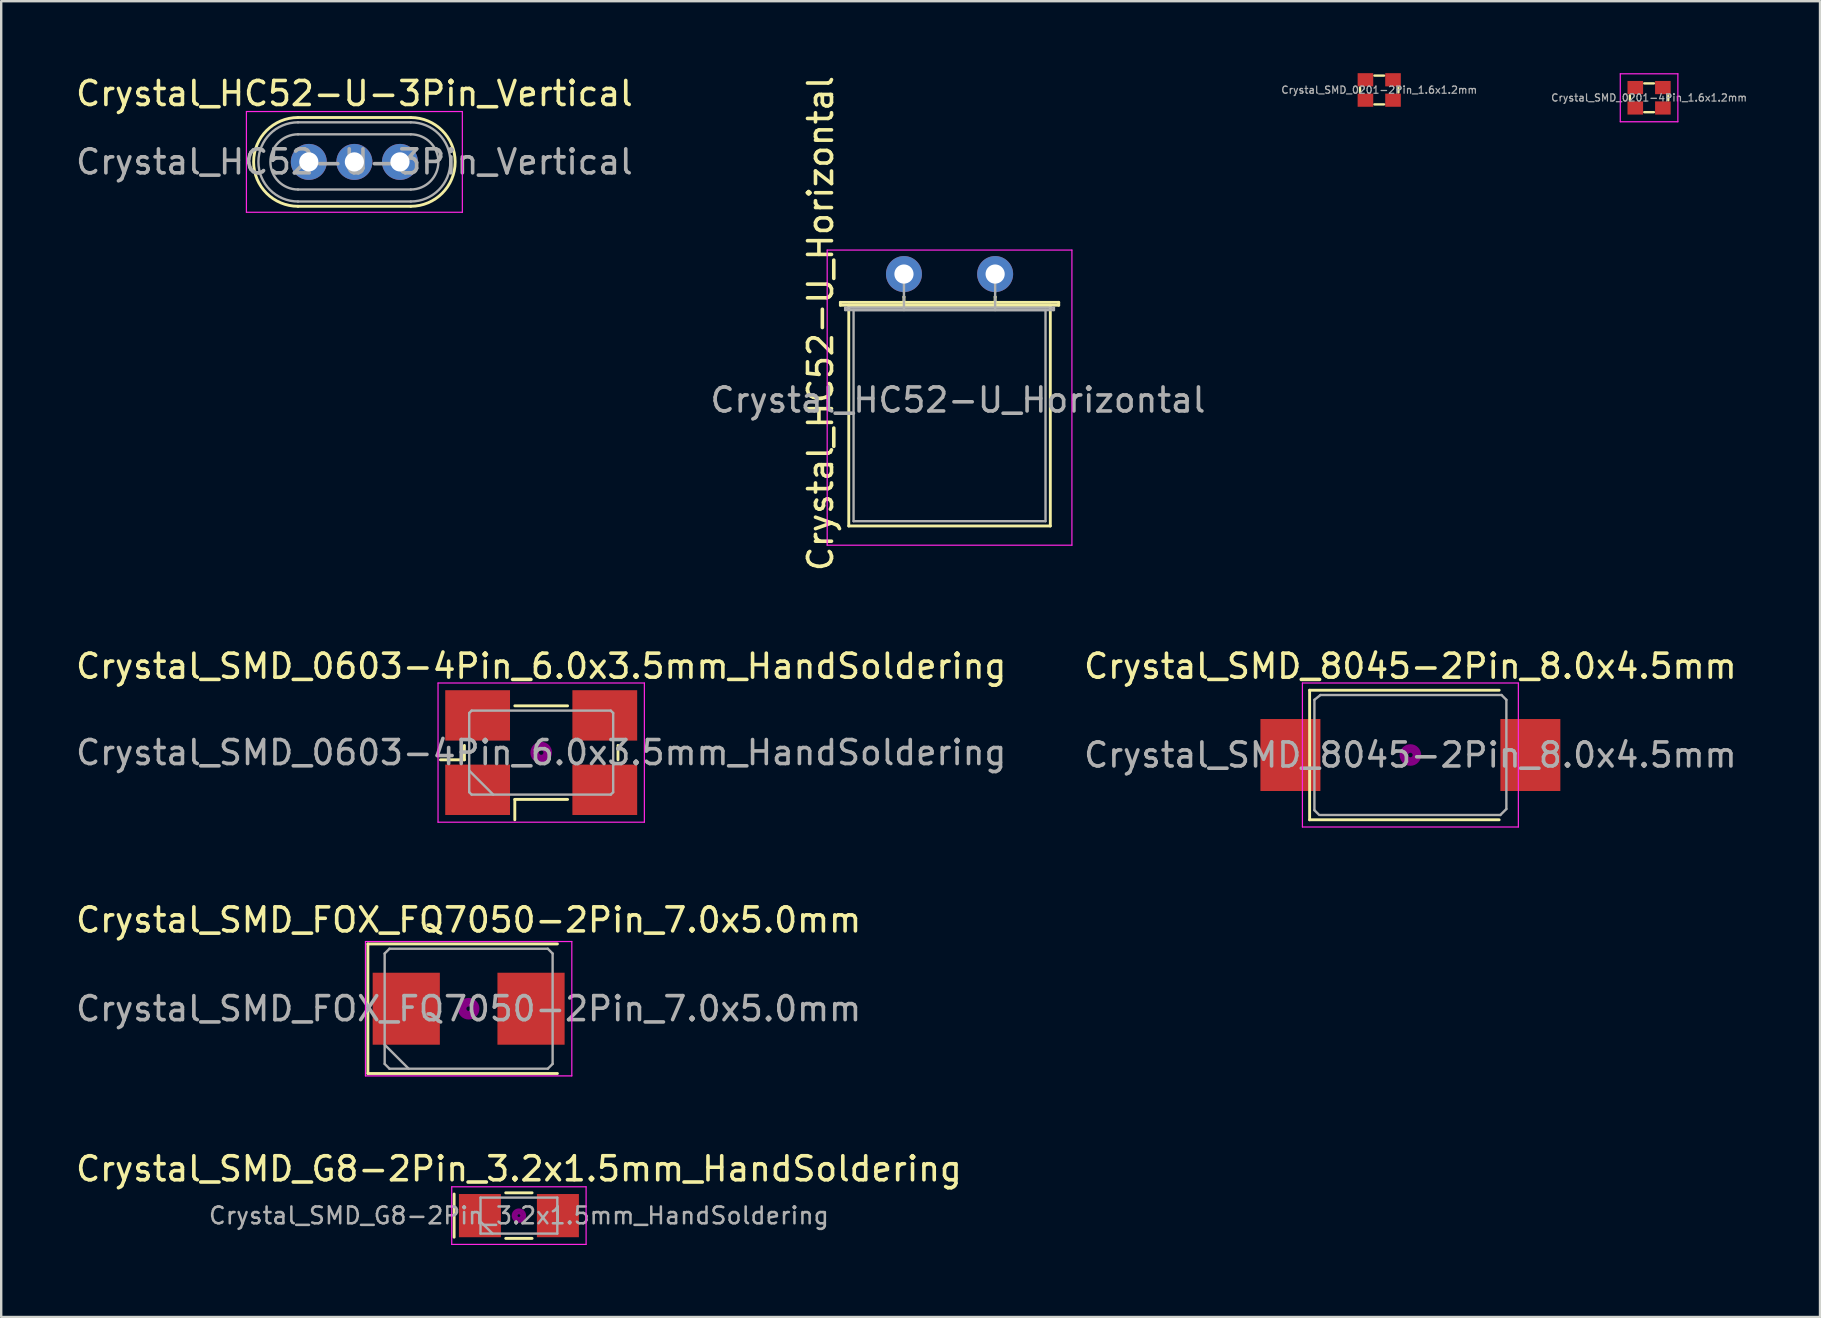
<source format=kicad_pcb>
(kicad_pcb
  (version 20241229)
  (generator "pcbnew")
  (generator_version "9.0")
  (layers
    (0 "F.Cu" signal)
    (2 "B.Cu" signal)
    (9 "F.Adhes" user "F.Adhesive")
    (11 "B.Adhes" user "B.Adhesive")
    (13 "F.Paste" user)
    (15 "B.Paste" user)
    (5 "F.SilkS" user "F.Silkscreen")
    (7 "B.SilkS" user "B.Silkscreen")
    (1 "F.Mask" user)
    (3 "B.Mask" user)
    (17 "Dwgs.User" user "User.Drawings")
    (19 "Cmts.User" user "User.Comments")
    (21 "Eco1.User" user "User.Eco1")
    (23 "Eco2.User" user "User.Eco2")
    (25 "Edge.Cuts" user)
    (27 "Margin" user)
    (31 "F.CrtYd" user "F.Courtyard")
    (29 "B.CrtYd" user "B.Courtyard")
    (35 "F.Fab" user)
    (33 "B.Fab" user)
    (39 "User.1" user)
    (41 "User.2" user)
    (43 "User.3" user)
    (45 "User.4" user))
  (footprint "Crystal_HC52-U_Horizontal"
    (layer "F.Cu")
    (at 34.625 8.372)
    (property "Reference" "Crystal_HC52-U_Horizontal" (at -3.475 2.062 90) (layer "F.SilkS") (effects (font (size 1 1) (thickness 0.15))))
    (attr through_hole)
    (fp_line (start -2.65 1.18) (end 6.45 1.18) (stroke (width 0.12) (type solid)) (layer "F.SilkS"))
    (fp_line (start -2.65 1.3) (end -2.65 1.18) (stroke (width 0.12) (type solid)) (layer "F.SilkS"))
    (fp_line (start -2.3 1.3) (end -2.3 10.5) (stroke (width 0.12) (type solid)) (layer "F.SilkS"))
    (fp_line (start -2.3 10.5) (end 6.1 10.5) (stroke (width 0.12) (type solid)) (layer "F.SilkS"))
    (fp_line (start 0 0.95) (end 0 0.95) (stroke (width 0.12) (type solid)) (layer "F.SilkS"))
    (fp_line (start 0 1.3) (end 0 0.95) (stroke (width 0.12) (type solid)) (layer "F.SilkS"))
    (fp_line (start 3.8 0.95) (end 3.8 0.95) (stroke (width 0.12) (type solid)) (layer "F.SilkS"))
    (fp_line (start 3.8 1.3) (end 3.8 0.95) (stroke (width 0.12) (type solid)) (layer "F.SilkS"))
    (fp_line (start 6.1 1.3) (end -2.3 1.3) (stroke (width 0.12) (type solid)) (layer "F.SilkS"))
    (fp_line (start 6.1 10.5) (end 6.1 1.3) (stroke (width 0.12) (type solid)) (layer "F.SilkS"))
    (fp_line (start 6.45 1.18) (end 6.45 1.3) (stroke (width 0.12) (type solid)) (layer "F.SilkS"))
    (fp_line (start 6.45 1.3) (end -2.65 1.3) (stroke (width 0.12) (type solid)) (layer "F.SilkS"))
    (fp_line (start -3.2 -1) (end -3.2 11.3) (stroke (width 0.05) (type solid)) (layer "F.CrtYd"))
    (fp_line (start -3.2 11.3) (end 7 11.3) (stroke (width 0.05) (type solid)) (layer "F.CrtYd"))
    (fp_line (start 7 -1) (end -3.2 -1) (stroke (width 0.05) (type solid)) (layer "F.CrtYd"))
    (fp_line (start 7 11.3) (end 7 -1) (stroke (width 0.05) (type solid)) (layer "F.CrtYd"))
    (fp_line (start -2.45 1.4) (end 6.25 1.4) (stroke (width 0.1) (type solid)) (layer "F.Fab"))
    (fp_line (start -2.45 1.5) (end -2.45 1.4) (stroke (width 0.1) (type solid)) (layer "F.Fab"))
    (fp_line (start -2.1 1.5) (end -2.1 10.3) (stroke (width 0.1) (type solid)) (layer "F.Fab"))
    (fp_line (start -2.1 10.3) (end 5.9 10.3) (stroke (width 0.1) (type solid)) (layer "F.Fab"))
    (fp_line (start 0 0.75) (end 0 0) (stroke (width 0.1) (type solid)) (layer "F.Fab"))
    (fp_line (start 0 1.5) (end 0 0.75) (stroke (width 0.1) (type solid)) (layer "F.Fab"))
    (fp_line (start 3.8 0.75) (end 3.8 0) (stroke (width 0.1) (type solid)) (layer "F.Fab"))
    (fp_line (start 3.8 1.5) (end 3.8 0.75) (stroke (width 0.1) (type solid)) (layer "F.Fab"))
    (fp_line (start 5.9 1.5) (end -2.1 1.5) (stroke (width 0.1) (type solid)) (layer "F.Fab"))
    (fp_line (start 5.9 10.3) (end 5.9 1.5) (stroke (width 0.1) (type solid)) (layer "F.Fab"))
    (fp_line (start 6.25 1.4) (end 6.25 1.5) (stroke (width 0.1) (type solid)) (layer "F.Fab"))
    (fp_line (start 6.25 1.5) (end -2.45 1.5) (stroke (width 0.1) (type solid)) (layer "F.Fab"))
    (fp_text user "${REFERENCE}" (at 2.25 5.25 0) (layer "F.Fab") (effects (font (size 1 1) (thickness 0.15))))
    (pad "1" thru_hole circle (at 0 0) (size 1.5 1.5) (drill 0.8) (layers "*.Cu" "*.Mask"))
    (pad "2" thru_hole circle (at 3.8 0) (size 1.5 1.5) (drill 0.8) (layers "*.Cu" "*.Mask")))
  (footprint "Crystal_SMD_G8-2Pin_3.2x1.5mm_HandSoldering"
    (layer "F.Cu")
    (at 18.577 47.614)
    (property "Reference" "Crystal_SMD_G8-2Pin_3.2x1.5mm_HandSoldering" (at 0 -1.95 0) (layer "F.SilkS") (effects (font (size 1 1) (thickness 0.15))))
    (attr smd)
    (fp_line (start -2.7 -0.9) (end -2.7 0.9) (stroke (width 0.12) (type solid)) (layer "F.SilkS"))
    (fp_line (start -0.55 -0.95) (end 0.55 -0.95) (stroke (width 0.12) (type solid)) (layer "F.SilkS"))
    (fp_line (start -0.55 0.95) (end 0.55 0.95) (stroke (width 0.12) (type solid)) (layer "F.SilkS"))
    (fp_circle (center 0 0) (end 0.058 0) (stroke (width 0.117) (type solid)) (fill no) (layer "F.Adhes"))
    (fp_circle (center 0 0) (end 0.133 0) (stroke (width 0.083) (type solid)) (fill no) (layer "F.Adhes"))
    (fp_circle (center 0 0) (end 0.208 0) (stroke (width 0.083) (type solid)) (fill no) (layer "F.Adhes"))
    (fp_circle (center 0 0) (end 0.25 0) (stroke (width 0.1) (type solid)) (fill no) (layer "F.Adhes"))
    (fp_line (start -2.8 -1.2) (end -2.8 1.2) (stroke (width 0.05) (type solid)) (layer "F.CrtYd"))
    (fp_line (start -2.8 1.2) (end 2.8 1.2) (stroke (width 0.05) (type solid)) (layer "F.CrtYd"))
    (fp_line (start 2.8 -1.2) (end -2.8 -1.2) (stroke (width 0.05) (type solid)) (layer "F.CrtYd"))
    (fp_line (start 2.8 1.2) (end 2.8 -1.2) (stroke (width 0.05) (type solid)) (layer "F.CrtYd"))
    (fp_line (start -1.6 -0.75) (end -1.6 0.75) (stroke (width 0.1) (type solid)) (layer "F.Fab"))
    (fp_line (start -1.6 0.25) (end -1.1 0.75) (stroke (width 0.1) (type solid)) (layer "F.Fab"))
    (fp_line (start -1.6 0.75) (end 1.6 0.75) (stroke (width 0.1) (type solid)) (layer "F.Fab"))
    (fp_line (start 1.6 -0.75) (end -1.6 -0.75) (stroke (width 0.1) (type solid)) (layer "F.Fab"))
    (fp_line (start 1.6 0.75) (end 1.6 -0.75) (stroke (width 0.1) (type solid)) (layer "F.Fab"))
    (fp_text user "${REFERENCE}" (at 0 0 0) (layer "F.Fab") (effects (font (size 0.7 0.7) (thickness 0.105))))
    (pad "1" smd rect (at -1.625 0) (size 1.75 1.8) (layers "F.Cu" "F.Mask" "F.Paste"))
    (pad "2" smd rect (at 1.625 0) (size 1.75 1.8) (layers "F.Cu" "F.Mask" "F.Paste")))
  (footprint "Crystal_SMD_0603-4Pin_6.0x3.5mm_HandSoldering"
    (layer "F.Cu")
    (at 19.506 28.317)
    (property "Reference" "Crystal_SMD_0603-4Pin_6.0x3.5mm_HandSoldering" (at 0 -3.6 0) (layer "F.SilkS") (effects (font (size 1 1) (thickness 0.15))))
    (attr smd)
    (fp_line (start -4.2 0.3) (end -3.2 0.3) (stroke (width 0.12) (type solid)) (layer "F.SilkS"))
    (fp_line (start -3.2 0.3) (end -3.2 -0.3) (stroke (width 0.12) (type solid)) (layer "F.SilkS"))
    (fp_line (start -1.1 -1.95) (end 1.1 -1.95) (stroke (width 0.12) (type solid)) (layer "F.SilkS"))
    (fp_line (start -1.1 1.95) (end -1.1 2.8) (stroke (width 0.12) (type solid)) (layer "F.SilkS"))
    (fp_line (start 1.1 1.95) (end -1.1 1.95) (stroke (width 0.12) (type solid)) (layer "F.SilkS"))
    (fp_line (start 3.2 -0.3) (end 3.2 0.3) (stroke (width 0.12) (type solid)) (layer "F.SilkS"))
    (fp_circle (center 0 0) (end 0.093 0) (stroke (width 0.187) (type solid)) (fill no) (layer "F.Adhes"))
    (fp_circle (center 0 0) (end 0.213 0) (stroke (width 0.133) (type solid)) (fill no) (layer "F.Adhes"))
    (fp_circle (center 0 0) (end 0.333 0) (stroke (width 0.133) (type solid)) (fill no) (layer "F.Adhes"))
    (fp_circle (center 0 0) (end 0.4 0) (stroke (width 0.1) (type solid)) (fill no) (layer "F.Adhes"))
    (fp_line (start -4.3 -2.9) (end -4.3 2.9) (stroke (width 0.05) (type solid)) (layer "F.CrtYd"))
    (fp_line (start -4.3 2.9) (end 4.3 2.9) (stroke (width 0.05) (type solid)) (layer "F.CrtYd"))
    (fp_line (start 4.3 -2.9) (end -4.3 -2.9) (stroke (width 0.05) (type solid)) (layer "F.CrtYd"))
    (fp_line (start 4.3 2.9) (end 4.3 -2.9) (stroke (width 0.05) (type solid)) (layer "F.CrtYd"))
    (fp_line (start -3 -1.65) (end -2.9 -1.75) (stroke (width 0.1) (type solid)) (layer "F.Fab"))
    (fp_line (start -3 0.75) (end -2 1.75) (stroke (width 0.1) (type solid)) (layer "F.Fab"))
    (fp_line (start -3 1.65) (end -3 -1.65) (stroke (width 0.1) (type solid)) (layer "F.Fab"))
    (fp_line (start -2.9 -1.75) (end 2.9 -1.75) (stroke (width 0.1) (type solid)) (layer "F.Fab"))
    (fp_line (start -2.9 1.75) (end -3 1.65) (stroke (width 0.1) (type solid)) (layer "F.Fab"))
    (fp_line (start 2.9 -1.75) (end 3 -1.65) (stroke (width 0.1) (type solid)) (layer "F.Fab"))
    (fp_line (start 2.9 1.75) (end -2.9 1.75) (stroke (width 0.1) (type solid)) (layer "F.Fab"))
    (fp_line (start 3 -1.65) (end 3 1.65) (stroke (width 0.1) (type solid)) (layer "F.Fab"))
    (fp_line (start 3 1.65) (end 2.9 1.75) (stroke (width 0.1) (type solid)) (layer "F.Fab"))
    (fp_text user "${REFERENCE}" (at 0 0 0) (layer "F.Fab") (effects (font (size 1 1) (thickness 0.15))))
    (pad "1" smd rect (at -2.65 1.55) (size 2.7 2.1) (layers "F.Cu" "F.Mask" "F.Paste"))
    (pad "2" smd rect (at 2.65 1.55) (size 2.7 2.1) (layers "F.Cu" "F.Mask" "F.Paste"))
    (pad "3" smd rect (at 2.65 -1.55) (size 2.7 2.1) (layers "F.Cu" "F.Mask" "F.Paste"))
    (pad "4" smd rect (at -2.65 -1.55) (size 2.7 2.1) (layers "F.Cu" "F.Mask" "F.Paste")))
  (footprint "Crystal_SMD_FOX_FQ7050-2Pin_7.0x5.0mm"
    (layer "F.Cu")
    (at 16.482 38.991)
    (property "Reference" "Crystal_SMD_FOX_FQ7050-2Pin_7.0x5.0mm" (at 0 -3.7 0) (layer "F.SilkS") (effects (font (size 1 1) (thickness 0.15))))
    (attr smd)
    (fp_line (start -4.2 -2.7) (end -4.2 2.7) (stroke (width 0.12) (type solid)) (layer "F.SilkS"))
    (fp_line (start -4.2 2.7) (end 3.7 2.7) (stroke (width 0.12) (type solid)) (layer "F.SilkS"))
    (fp_line (start 3.7 -2.7) (end -4.2 -2.7) (stroke (width 0.12) (type solid)) (layer "F.SilkS"))
    (fp_circle (center 0 0) (end 0.093 0) (stroke (width 0.187) (type solid)) (fill no) (layer "F.Adhes"))
    (fp_circle (center 0 0) (end 0.213 0) (stroke (width 0.133) (type solid)) (fill no) (layer "F.Adhes"))
    (fp_circle (center 0 0) (end 0.333 0) (stroke (width 0.133) (type solid)) (fill no) (layer "F.Adhes"))
    (fp_circle (center 0 0) (end 0.4 0) (stroke (width 0.1) (type solid)) (fill no) (layer "F.Adhes"))
    (fp_line (start -4.3 -2.8) (end -4.3 2.8) (stroke (width 0.05) (type solid)) (layer "F.CrtYd"))
    (fp_line (start -4.3 2.8) (end 4.3 2.8) (stroke (width 0.05) (type solid)) (layer "F.CrtYd"))
    (fp_line (start 4.3 -2.8) (end -4.3 -2.8) (stroke (width 0.05) (type solid)) (layer "F.CrtYd"))
    (fp_line (start 4.3 2.8) (end 4.3 -2.8) (stroke (width 0.05) (type solid)) (layer "F.CrtYd"))
    (fp_line (start -3.5 -2.3) (end -3.3 -2.5) (stroke (width 0.1) (type solid)) (layer "F.Fab"))
    (fp_line (start -3.5 1.5) (end -2.5 2.5) (stroke (width 0.1) (type solid)) (layer "F.Fab"))
    (fp_line (start -3.5 2.3) (end -3.5 -2.3) (stroke (width 0.1) (type solid)) (layer "F.Fab"))
    (fp_line (start -3.3 -2.5) (end 3.3 -2.5) (stroke (width 0.1) (type solid)) (layer "F.Fab"))
    (fp_line (start -3.3 2.5) (end -3.5 2.3) (stroke (width 0.1) (type solid)) (layer "F.Fab"))
    (fp_line (start 3.3 -2.5) (end 3.5 -2.3) (stroke (width 0.1) (type solid)) (layer "F.Fab"))
    (fp_line (start 3.3 2.5) (end -3.3 2.5) (stroke (width 0.1) (type solid)) (layer "F.Fab"))
    (fp_line (start 3.5 -2.3) (end 3.5 2.3) (stroke (width 0.1) (type solid)) (layer "F.Fab"))
    (fp_line (start 3.5 2.3) (end 3.3 2.5) (stroke (width 0.1) (type solid)) (layer "F.Fab"))
    (fp_text user "${REFERENCE}" (at 0 0 0) (layer "F.Fab") (effects (font (size 1 1) (thickness 0.15))))
    (pad "1" smd rect (at -2.6 0) (size 2.8 3) (layers "F.Cu" "F.Mask" "F.Paste"))
    (pad "2" smd rect (at 2.6 0) (size 2.8 3) (layers "F.Cu" "F.Mask" "F.Paste")))
  (footprint "Crystal_SMD_8045-2Pin_8.0x4.5mm"
    (layer "F.Cu")
    (at 55.732 28.417)
    (property "Reference" "Crystal_SMD_8045-2Pin_8.0x4.5mm" (at 0 -3.7 0) (layer "F.SilkS") (effects (font (size 1 1) (thickness 0.15))))
    (attr smd)
    (fp_line (start -4.2 -2.7) (end -4.2 2.7) (stroke (width 0.12) (type solid)) (layer "F.SilkS"))
    (fp_line (start -4.2 2.7) (end 3.7 2.7) (stroke (width 0.12) (type solid)) (layer "F.SilkS"))
    (fp_line (start 3.7 -2.7) (end -4.2 -2.7) (stroke (width 0.12) (type solid)) (layer "F.SilkS"))
    (fp_circle (center 0 0) (end 0.093 0) (stroke (width 0.187) (type solid)) (fill no) (layer "F.Adhes"))
    (fp_circle (center 0 0) (end 0.213 0) (stroke (width 0.133) (type solid)) (fill no) (layer "F.Adhes"))
    (fp_circle (center 0 0) (end 0.333 0) (stroke (width 0.133) (type solid)) (fill no) (layer "F.Adhes"))
    (fp_circle (center 0 0) (end 0.4 0) (stroke (width 0.1) (type solid)) (fill no) (layer "F.Adhes"))
    (fp_line (start -4.5 -3) (end -4.5 3) (stroke (width 0.05) (type solid)) (layer "F.CrtYd"))
    (fp_line (start -4.5 3) (end 4.5 3) (stroke (width 0.05) (type solid)) (layer "F.CrtYd"))
    (fp_line (start 4.5 -3) (end -4.5 -3) (stroke (width 0.05) (type solid)) (layer "F.CrtYd"))
    (fp_line (start 4.5 3) (end 4.5 -3) (stroke (width 0.05) (type solid)) (layer "F.CrtYd"))
    (fp_line (start -4 -2.3) (end -3.75 -2.5) (stroke (width 0.1) (type solid)) (layer "F.Fab"))
    (fp_line (start -4 2.3) (end -4 -2.3) (stroke (width 0.1) (type solid)) (layer "F.Fab"))
    (fp_line (start -3.8 2.5) (end -4 2.3) (stroke (width 0.1) (type solid)) (layer "F.Fab"))
    (fp_line (start -3.75 -2.5) (end 3.8 -2.5) (stroke (width 0.1) (type solid)) (layer "F.Fab"))
    (fp_line (start 3.75 2.5) (end -3.75 2.5) (stroke (width 0.1) (type solid)) (layer "F.Fab"))
    (fp_line (start 3.75 2.5) (end 4 2.25) (stroke (width 0.1) (type solid)) (layer "F.Fab"))
    (fp_line (start 3.8 -2.5) (end 4 -2.3) (stroke (width 0.1) (type solid)) (layer "F.Fab"))
    (fp_line (start 4 -2.3) (end 4 2.25) (stroke (width 0.1) (type solid)) (layer "F.Fab"))
    (fp_text user "${REFERENCE}" (at 0 0 0) (layer "F.Fab") (effects (font (size 1 1) (thickness 0.15))))
    (pad "1" smd rect (at -5 0) (size 2.5 3) (layers "F.Cu" "F.Mask" "F.Paste"))
    (pad "2" smd rect (at 5 0) (size 2.5 3) (layers "F.Cu" "F.Mask" "F.Paste")))
  (footprint "Crystal_SMD_0201-4Pin_1.6x1.2mm"
    (layer "F.Cu")
    (at 65.68 1.025)
    (property "Reference" "Crystal_SMD_0201-4Pin_1.6x1.2mm" (at 0 0 0) (layer "F.Fab") (effects (font (size 0.3 0.3) (thickness 0.05))))
    (attr through_hole)
    (fp_line (start -0.8 -0.1) (end -0.8 0.1) (stroke (width 0.1) (type solid)) (layer "F.SilkS"))
    (fp_line (start -0.2 0.6) (end 0.2 0.6) (stroke (width 0.1) (type solid)) (layer "F.SilkS"))
    (fp_line (start 0.2 -0.6) (end -0.2 -0.6) (stroke (width 0.1) (type solid)) (layer "F.SilkS"))
    (fp_line (start 0.8 0.1) (end 0.8 -0.1) (stroke (width 0.1) (type solid)) (layer "F.SilkS"))
    (fp_line (start -1.2 -1) (end -1.2 1) (stroke (width 0.05) (type solid)) (layer "F.CrtYd"))
    (fp_line (start -1.2 1) (end 1.2 1) (stroke (width 0.05) (type solid)) (layer "F.CrtYd"))
    (fp_line (start 1.2 -1) (end -1.2 -1) (stroke (width 0.05) (type solid)) (layer "F.CrtYd"))
    (fp_line (start 1.2 1) (end 1.2 -1) (stroke (width 0.05) (type solid)) (layer "F.CrtYd"))
    (pad "1" smd rect (at -0.575 0.425) (size 0.65 0.55) (layers "F.Cu" "F.Mask" "F.Paste"))
    (pad "2" smd rect (at 0.575 0.425) (size 0.65 0.55) (layers "F.Cu" "F.Mask" "F.Paste"))
    (pad "3" smd rect (at 0.575 -0.425) (size 0.65 0.55) (layers "F.Cu" "F.Mask" "F.Paste"))
    (pad "4" smd rect (at -0.575 -0.425) (size 0.65 0.55) (layers "F.Cu" "F.Mask" "F.Paste")))
  (footprint "Crystal_SMD_0201-2Pin_1.6x1.2mm"
    (layer "F.Cu")
    (at 54.433 0.7)
    (property "Reference" "Crystal_SMD_0201-2Pin_1.6x1.2mm" (at 0 0 0) (layer "F.Fab") (effects (font (size 0.3 0.3) (thickness 0.05))))
    (attr through_hole)
    (fp_line (start -0.8 -0.1) (end -0.8 0.1) (stroke (width 0.1) (type solid)) (layer "F.SilkS"))
    (fp_line (start -0.2 0.6) (end 0.2 0.6) (stroke (width 0.1) (type solid)) (layer "F.SilkS"))
    (fp_line (start 0.2 -0.6) (end -0.2 -0.6) (stroke (width 0.1) (type solid)) (layer "F.SilkS"))
    (fp_line (start 0.8 0.1) (end 0.8 -0.1) (stroke (width 0.1) (type solid)) (layer "F.SilkS"))
    (pad "1" smd rect (at -0.575 0.425) (size 0.65 0.55) (layers "F.Cu" "F.Mask" "F.Paste"))
    (pad "2" smd rect (at 0.575 0.425) (size 0.65 0.55) (layers "F.Cu" "F.Mask" "F.Paste"))
    (pad "3" smd rect (at 0.575 -0.425) (size 0.65 0.55) (layers "F.Cu" "F.Mask" "F.Paste"))
    (pad "4" smd rect (at -0.575 -0.425) (size 0.65 0.55) (layers "F.Cu" "F.Mask" "F.Paste")))
  (footprint "Crystal_HC52-U-3Pin_Vertical"
    (layer "F.Cu")
    (at 9.82 3.698)
    (property "Reference" "Crystal_HC52-U-3Pin_Vertical" (at 1.9 -2.85 0) (layer "F.SilkS") (effects (font (size 1 1) (thickness 0.15))))
    (attr through_hole)
    (fp_line (start -0.45 -1.85) (end 4.25 -1.85) (stroke (width 0.12) (type solid)) (layer "F.SilkS"))
    (fp_line (start -0.45 1.85) (end 4.25 1.85) (stroke (width 0.12) (type solid)) (layer "F.SilkS"))
    (fp_arc (start -0.45 1.85) (mid -2.3 0) (end -0.45 -1.85) (stroke (width 0.12) (type solid)) (layer "F.SilkS"))
    (fp_arc (start 4.25 -1.85) (mid 6.1 0) (end 4.25 1.85) (stroke (width 0.12) (type solid)) (layer "F.SilkS"))
    (fp_line (start -2.6 -2.1) (end -2.6 2.1) (stroke (width 0.05) (type solid)) (layer "F.CrtYd"))
    (fp_line (start -2.6 2.1) (end 6.4 2.1) (stroke (width 0.05) (type solid)) (layer "F.CrtYd"))
    (fp_line (start 6.4 -2.1) (end -2.6 -2.1) (stroke (width 0.05) (type solid)) (layer "F.CrtYd"))
    (fp_line (start 6.4 2.1) (end 6.4 -2.1) (stroke (width 0.05) (type solid)) (layer "F.CrtYd"))
    (fp_line (start -0.45 -1.65) (end 4.25 -1.65) (stroke (width 0.1) (type solid)) (layer "F.Fab"))
    (fp_line (start -0.45 -1.15) (end 4.25 -1.15) (stroke (width 0.1) (type solid)) (layer "F.Fab"))
    (fp_line (start -0.45 1.15) (end 4.25 1.15) (stroke (width 0.1) (type solid)) (layer "F.Fab"))
    (fp_line (start -0.45 1.65) (end 4.25 1.65) (stroke (width 0.1) (type solid)) (layer "F.Fab"))
    (fp_arc (start -0.45 1.15) (mid -1.6 0) (end -0.45 -1.15) (stroke (width 0.1) (type solid)) (layer "F.Fab"))
    (fp_arc (start -0.45 1.65) (mid -2.1 0) (end -0.45 -1.65) (stroke (width 0.1) (type solid)) (layer "F.Fab"))
    (fp_arc (start 4.25 -1.65) (mid 5.9 0) (end 4.25 1.65) (stroke (width 0.1) (type solid)) (layer "F.Fab"))
    (fp_arc (start 4.25 -1.15) (mid 5.4 0) (end 4.25 1.15) (stroke (width 0.1) (type solid)) (layer "F.Fab"))
    (fp_text user "${REFERENCE}" (at 1.9 0 0) (layer "F.Fab") (effects (font (size 1 1) (thickness 0.15))))
    (pad "1" thru_hole circle (at 0 0) (size 1.5 1.5) (drill 0.8) (layers "*.Cu" "*.Mask"))
    (pad "2" thru_hole circle (at 1.9 0) (size 1.5 1.5) (drill 0.8) (layers "*.Cu" "*.Mask"))
    (pad "3" thru_hole circle (at 3.8 0) (size 1.5 1.5) (drill 0.8) (layers "*.Cu" "*.Mask")))
  (gr_rect
    (start -3 -3)
    (end 72.804 51.839)
    (stroke (width 0.1) (type default))
    (fill no)
    (layer "Edge.Cuts")))
</source>
